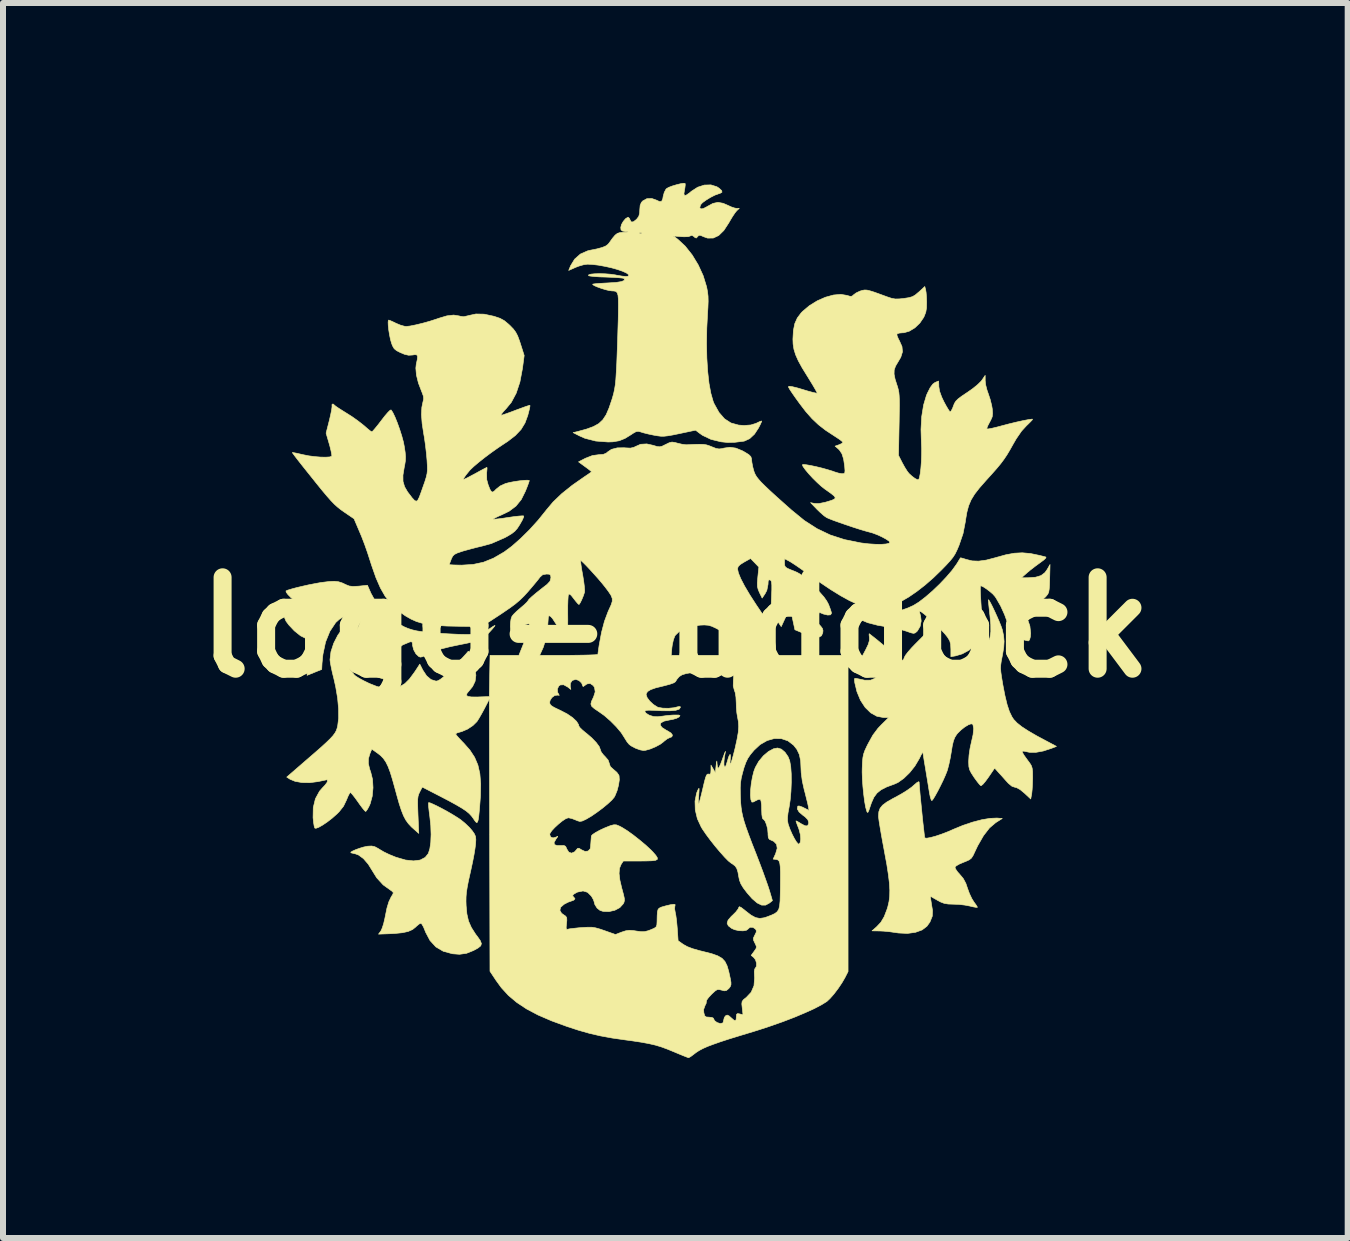
<source format=kicad_pcb>
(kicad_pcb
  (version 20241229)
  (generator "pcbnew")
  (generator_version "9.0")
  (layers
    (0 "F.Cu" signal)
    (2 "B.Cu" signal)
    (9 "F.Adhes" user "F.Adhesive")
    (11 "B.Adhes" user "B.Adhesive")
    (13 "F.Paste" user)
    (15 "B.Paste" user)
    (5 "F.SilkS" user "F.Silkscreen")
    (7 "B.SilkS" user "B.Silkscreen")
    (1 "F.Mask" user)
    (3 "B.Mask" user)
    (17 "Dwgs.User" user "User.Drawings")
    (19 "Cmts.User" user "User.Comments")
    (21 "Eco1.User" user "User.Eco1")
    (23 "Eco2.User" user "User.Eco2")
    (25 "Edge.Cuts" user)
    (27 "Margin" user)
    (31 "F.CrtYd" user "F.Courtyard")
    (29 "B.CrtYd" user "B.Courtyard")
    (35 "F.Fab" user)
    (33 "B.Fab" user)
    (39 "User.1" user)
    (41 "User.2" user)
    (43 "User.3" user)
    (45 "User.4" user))
  (footprint "logo-ruddock"
    (layer "F.Cu")
    (at 8.208 7.408)
    (property "Reference" "logo-ruddock" (at 0 0 0) (layer "F.SilkS") (effects (font (size 1.524 1.524) (thickness 0.3))))
    (attr through_hole)
    (fp_poly (pts (xy -4.091 2.925) (xy -4.039 2.947) (xy -3.966 2.982) (xy -3.881 3.026) (xy -3.79 3.076) (xy -3.703 3.127) (xy -3.626 3.175) (xy -3.577 3.208) (xy -3.503 3.269) (xy -3.432 3.337) (xy -3.385 3.392) (xy -3.349 3.444) (xy -3.331 3.487) (xy -3.326 3.538) (xy -3.33 3.613) (xy -3.331 3.619) (xy -3.34 3.689) (xy -3.356 3.788) (xy -3.379 3.907) (xy -3.406 4.033) (xy -3.42 4.096) (xy -3.45 4.23) (xy -3.47 4.335) (xy -3.483 4.419) (xy -3.489 4.493) (xy -3.49 4.568) (xy -3.488 4.636) (xy -3.475 4.778) (xy -3.448 4.896) (xy -3.401 5.003) (xy -3.329 5.116) (xy -3.301 5.152) (xy -3.252 5.222) (xy -3.233 5.271) (xy -3.244 5.309) (xy -3.29 5.346) (xy -3.365 5.387) (xy -3.482 5.434) (xy -3.598 5.45) (xy -3.716 5.441) (xy -3.868 5.4) (xy -3.992 5.327) (xy -4.09 5.22) (xy -4.164 5.08) (xy -4.171 5.061) (xy -4.198 4.995) (xy -4.225 4.948) (xy -4.243 4.932) (xy -4.272 4.946) (xy -4.315 4.981) (xy -4.326 4.993) (xy -4.381 5.037) (xy -4.453 5.069) (xy -4.549 5.09) (xy -4.676 5.103) (xy -4.755 5.107) (xy -4.948 5.114) (xy -4.908 5.06) (xy -4.887 5.014) (xy -4.863 4.94) (xy -4.842 4.85) (xy -4.836 4.819) (xy -4.808 4.681) (xy -4.776 4.575) (xy -4.736 4.491) (xy -4.715 4.459) (xy -4.7 4.425) (xy -4.72 4.401) (xy -4.728 4.395) (xy -4.87 4.293) (xy -4.978 4.175) (xy -5.044 4.069) (xy -5.119 3.948) (xy -5.199 3.855) (xy -5.281 3.795) (xy -5.329 3.777) (xy -5.379 3.765) (xy -5.408 3.758) (xy -5.409 3.747) (xy -5.378 3.728) (xy -5.326 3.705) (xy -5.262 3.682) (xy -5.196 3.662) (xy -5.137 3.65) (xy -5.128 3.648) (xy -5.062 3.645) (xy -5.011 3.656) (xy -4.953 3.687) (xy -4.928 3.703) (xy -4.86 3.743) (xy -4.769 3.787) (xy -4.673 3.826) (xy -4.658 3.832) (xy -4.501 3.878) (xy -4.365 3.893) (xy -4.254 3.879) (xy -4.17 3.835) (xy -4.118 3.77) (xy -4.093 3.692) (xy -4.077 3.583) (xy -4.072 3.451) (xy -4.077 3.305) (xy -4.093 3.155) (xy -4.093 3.154) (xy -4.105 3.062) (xy -4.113 2.987) (xy -4.116 2.937) (xy -4.114 2.922) (xy -4.091 2.925)) (stroke (width 0.01) (type solid)) (fill yes) (layer "F.SilkS"))
    (fp_poly (pts (xy 4.064 2.581) (xy 4.066 2.62) (xy 4.072 2.691) (xy 4.08 2.786) (xy 4.091 2.897) (xy 4.103 3.017) (xy 4.115 3.138) (xy 4.127 3.254) (xy 4.139 3.357) (xy 4.148 3.438) (xy 4.155 3.492) (xy 4.159 3.51) (xy 4.19 3.515) (xy 4.252 3.504) (xy 4.338 3.481) (xy 4.439 3.447) (xy 4.548 3.405) (xy 4.644 3.363) (xy 4.797 3.3) (xy 4.955 3.247) (xy 5.108 3.207) (xy 5.245 3.184) (xy 5.356 3.179) (xy 5.363 3.179) (xy 5.45 3.186) (xy 5.341 3.255) (xy 5.237 3.343) (xy 5.137 3.472) (xy 5.041 3.639) (xy 4.999 3.727) (xy 4.965 3.8) (xy 4.936 3.846) (xy 4.9 3.875) (xy 4.845 3.9) (xy 4.805 3.916) (xy 4.736 3.945) (xy 4.685 3.974) (xy 4.662 3.995) (xy 4.67 4.026) (xy 4.704 4.076) (xy 4.739 4.115) (xy 4.8 4.188) (xy 4.843 4.269) (xy 4.871 4.352) (xy 4.903 4.439) (xy 4.943 4.523) (xy 4.978 4.579) (xy 5.013 4.627) (xy 5.033 4.66) (xy 5.034 4.668) (xy 5.01 4.667) (xy 4.959 4.658) (xy 4.91 4.646) (xy 4.827 4.63) (xy 4.725 4.618) (xy 4.638 4.615) (xy 4.548 4.612) (xy 4.482 4.601) (xy 4.422 4.578) (xy 4.366 4.548) (xy 4.249 4.481) (xy 4.262 4.564) (xy 4.274 4.642) (xy 4.287 4.719) (xy 4.287 4.723) (xy 4.283 4.815) (xy 4.244 4.912) (xy 4.194 4.982) (xy 4.113 5.044) (xy 4.002 5.084) (xy 3.869 5.102) (xy 3.72 5.095) (xy 3.672 5.088) (xy 3.574 5.074) (xy 3.471 5.064) (xy 3.402 5.061) (xy 3.279 5.059) (xy 3.355 4.992) (xy 3.426 4.917) (xy 3.482 4.822) (xy 3.529 4.699) (xy 3.543 4.653) (xy 3.562 4.57) (xy 3.573 4.481) (xy 3.575 4.38) (xy 3.568 4.262) (xy 3.551 4.121) (xy 3.525 3.951) (xy 3.487 3.747) (xy 3.482 3.718) (xy 3.455 3.574) (xy 3.431 3.44) (xy 3.411 3.322) (xy 3.396 3.228) (xy 3.388 3.165) (xy 3.387 3.145) (xy 3.392 3.074) (xy 3.413 3.016) (xy 3.455 2.964) (xy 3.523 2.913) (xy 3.624 2.855) (xy 3.666 2.833) (xy 3.764 2.779) (xy 3.858 2.721) (xy 3.935 2.667) (xy 3.972 2.635) (xy 4.028 2.587) (xy 4.058 2.572) (xy 4.064 2.581)) (stroke (width 0.01) (type solid)) (fill yes) (layer "F.SilkS"))
    (fp_poly (pts (xy -5.618 -0.761) (xy -5.554 -0.741) (xy -5.486 -0.709) (xy -5.435 -0.689) (xy -5.375 -0.682) (xy -5.291 -0.686) (xy -5.275 -0.687) (xy -5.133 -0.702) (xy -5.074 -0.568) (xy -4.97 -0.379) (xy -4.838 -0.221) (xy -4.674 -0.092) (xy -4.521 -0.009) (xy -4.455 0.019) (xy -4.387 0.041) (xy -4.31 0.059) (xy -4.217 0.073) (xy -4.101 0.086) (xy -3.956 0.097) (xy -3.786 0.108) (xy -3.614 0.116) (xy -3.478 0.119) (xy -3.37 0.116) (xy -3.285 0.106) (xy -3.215 0.087) (xy -3.155 0.06) (xy -3.096 0.023) (xy -3.091 0.019) (xy -3.042 -0.014) (xy -3.012 -0.031) (xy -3.006 -0.031) (xy -3.019 -0.011) (xy -3.054 0.031) (xy -3.103 0.085) (xy -3.159 0.139) (xy -3.218 0.181) (xy -3.288 0.215) (xy -3.377 0.243) (xy -3.495 0.269) (xy -3.577 0.285) (xy -3.759 0.323) (xy -3.917 0.363) (xy -4.045 0.405) (xy -4.137 0.447) (xy -4.154 0.457) (xy -4.211 0.489) (xy -4.251 0.496) (xy -4.276 0.487) (xy -4.324 0.442) (xy -4.362 0.374) (xy -4.381 0.3) (xy -4.381 0.285) (xy -4.387 0.246) (xy -4.41 0.24) (xy -4.429 0.244) (xy -4.546 0.293) (xy -4.636 0.362) (xy -4.685 0.42) (xy -4.738 0.498) (xy -4.77 0.559) (xy -4.789 0.623) (xy -4.801 0.706) (xy -4.803 0.73) (xy -4.815 0.81) (xy -4.832 0.852) (xy -4.847 0.862) (xy -4.881 0.856) (xy -4.941 0.837) (xy -5.016 0.809) (xy -5.032 0.802) (xy -5.131 0.753) (xy -5.211 0.699) (xy -5.247 0.667) (xy -5.293 0.6) (xy -5.337 0.513) (xy -5.373 0.42) (xy -5.394 0.338) (xy -5.397 0.306) (xy -5.389 0.265) (xy -5.368 0.196) (xy -5.336 0.111) (xy -5.313 0.056) (xy -5.275 -0.037) (xy -5.243 -0.121) (xy -5.221 -0.187) (xy -5.214 -0.211) (xy -5.201 -0.28) (xy -5.294 -0.265) (xy -5.399 -0.238) (xy -5.507 -0.192) (xy -5.601 -0.135) (xy -5.662 -0.08) (xy -5.759 0.066) (xy -5.831 0.244) (xy -5.875 0.45) (xy -5.89 0.599) (xy -5.895 0.701) (xy -6.139 0.8) (xy -6.127 0.627) (xy -6.118 0.53) (xy -6.107 0.434) (xy -6.096 0.359) (xy -6.095 0.353) (xy -6.081 0.28) (xy -6.079 0.238) (xy -6.091 0.215) (xy -6.122 0.2) (xy -6.147 0.191) (xy -6.247 0.141) (xy -6.352 0.057) (xy -6.444 -0.041) (xy -6.49 -0.103) (xy -6.513 -0.157) (xy -6.519 -0.223) (xy -6.519 -0.237) (xy -6.519 -0.342) (xy -6.454 -0.288) (xy -6.371 -0.243) (xy -6.273 -0.236) (xy -6.16 -0.268) (xy -6.138 -0.278) (xy -6.043 -0.322) (xy -6.15 -0.359) (xy -6.226 -0.388) (xy -6.297 -0.418) (xy -6.322 -0.43) (xy -6.366 -0.46) (xy -6.414 -0.502) (xy -6.458 -0.547) (xy -6.486 -0.585) (xy -6.491 -0.607) (xy -6.462 -0.62) (xy -6.4 -0.639) (xy -6.315 -0.662) (xy -6.214 -0.686) (xy -6.107 -0.71) (xy -6.003 -0.73) (xy -5.91 -0.747) (xy -5.886 -0.75) (xy -5.772 -0.764) (xy -5.686 -0.768) (xy -5.618 -0.761)) (stroke (width 0.01) (type solid)) (fill yes) (layer "F.SilkS"))
    (fp_poly (pts (xy 5.919 -1.231) (xy 6.073 -1.199) (xy 6.178 -1.172) (xy 6.176 -1.157) (xy 6.145 -1.126) (xy 6.09 -1.085) (xy 6.082 -1.079) (xy 6.001 -1.02) (xy 5.917 -0.955) (xy 5.863 -0.91) (xy 5.768 -0.826) (xy 5.884 -0.827) (xy 6.005 -0.836) (xy 6.095 -0.863) (xy 6.16 -0.912) (xy 6.197 -0.963) (xy 6.246 -1.048) (xy 6.24 -0.811) (xy 6.237 -0.707) (xy 6.232 -0.637) (xy 6.224 -0.589) (xy 6.21 -0.556) (xy 6.188 -0.527) (xy 6.17 -0.507) (xy 6.106 -0.449) (xy 6.039 -0.408) (xy 5.953 -0.378) (xy 5.868 -0.359) (xy 5.8 -0.344) (xy 5.753 -0.331) (xy 5.736 -0.323) (xy 5.749 -0.302) (xy 5.782 -0.262) (xy 5.808 -0.232) (xy 5.87 -0.138) (xy 5.91 -0.022) (xy 5.923 0.097) (xy 5.918 0.158) (xy 5.904 0.209) (xy 5.885 0.226) (xy 5.867 0.223) (xy 5.755 0.196) (xy 5.656 0.207) (xy 5.653 0.208) (xy 5.608 0.221) (xy 5.591 0.212) (xy 5.588 0.184) (xy 5.575 0.069) (xy 5.54 -0.068) (xy 5.488 -0.213) (xy 5.423 -0.356) (xy 5.35 -0.483) (xy 5.33 -0.513) (xy 5.294 -0.554) (xy 5.242 -0.599) (xy 5.185 -0.642) (xy 5.133 -0.676) (xy 5.096 -0.692) (xy 5.086 -0.69) (xy 5.084 -0.666) (xy 5.084 -0.607) (xy 5.088 -0.52) (xy 5.094 -0.413) (xy 5.1 -0.32) (xy 5.108 -0.197) (xy 5.114 -0.083) (xy 5.116 0.011) (xy 5.115 0.078) (xy 5.112 0.104) (xy 5.071 0.203) (xy 4.996 0.298) (xy 4.897 0.38) (xy 4.783 0.442) (xy 4.673 0.475) (xy 4.593 0.489) (xy 4.593 0.364) (xy 4.589 0.283) (xy 4.574 0.224) (xy 4.54 0.168) (xy 4.532 0.157) (xy 4.489 0.104) (xy 4.429 0.04) (xy 4.358 -0.031) (xy 4.284 -0.102) (xy 4.212 -0.167) (xy 4.149 -0.221) (xy 4.101 -0.257) (xy 4.075 -0.27) (xy 4.072 -0.269) (xy 4.073 -0.246) (xy 4.085 -0.199) (xy 4.088 -0.192) (xy 4.098 -0.106) (xy 4.08 -0.016) (xy 4.036 0.059) (xy 4.022 0.073) (xy 3.997 0.093) (xy 3.971 0.1) (xy 3.932 0.092) (xy 3.868 0.07) (xy 3.858 0.066) (xy 3.772 0.04) (xy 3.667 0.016) (xy 3.577 0.000141) (xy 3.371 -0.035) (xy 3.206 -0.078) (xy 3.079 -0.132) (xy 2.989 -0.196) (xy 2.976 -0.209) (xy 2.953 -0.237) (xy 2.951 -0.25) (xy 2.975 -0.249) (xy 3.031 -0.235) (xy 3.086 -0.22) (xy 3.214 -0.199) (xy 3.367 -0.2) (xy 3.535 -0.222) (xy 3.708 -0.264) (xy 3.876 -0.323) (xy 3.969 -0.365) (xy 4.061 -0.422) (xy 4.169 -0.505) (xy 4.287 -0.607) (xy 4.406 -0.721) (xy 4.517 -0.838) (xy 4.614 -0.951) (xy 4.687 -1.052) (xy 4.698 -1.069) (xy 4.729 -1.12) (xy 4.749 -1.153) (xy 4.752 -1.159) (xy 4.772 -1.156) (xy 4.819 -1.142) (xy 4.847 -1.133) (xy 4.947 -1.108) (xy 5.056 -1.104) (xy 5.182 -1.121) (xy 5.334 -1.161) (xy 5.347 -1.165) (xy 5.51 -1.21) (xy 5.651 -1.236) (xy 5.783 -1.243) (xy 5.919 -1.231)) (stroke (width 0.01) (type solid)) (fill yes) (layer "F.SilkS"))
    (fp_poly (pts (xy 5.23 -0.449) (xy 5.255 -0.406) (xy 5.288 -0.341) (xy 5.326 -0.261) (xy 5.365 -0.175) (xy 5.401 -0.092) (xy 5.43 -0.019) (xy 5.449 0.035) (xy 5.451 0.042) (xy 5.472 0.141) (xy 5.48 0.234) (xy 5.474 0.335) (xy 5.454 0.457) (xy 5.446 0.497) (xy 5.432 0.57) (xy 5.424 0.628) (xy 5.421 0.682) (xy 5.426 0.744) (xy 5.437 0.823) (xy 5.455 0.932) (xy 5.458 0.951) (xy 5.494 1.137) (xy 5.53 1.286) (xy 5.568 1.402) (xy 5.611 1.491) (xy 5.64 1.535) (xy 5.694 1.592) (xy 5.774 1.656) (xy 5.885 1.728) (xy 6.03 1.812) (xy 6.135 1.868) (xy 6.353 1.984) (xy 6.272 2.016) (xy 6.134 2.061) (xy 6.008 2.084) (xy 5.903 2.083) (xy 5.874 2.077) (xy 5.82 2.065) (xy 5.786 2.063) (xy 5.781 2.065) (xy 5.786 2.086) (xy 5.81 2.127) (xy 5.817 2.138) (xy 5.863 2.202) (xy 5.91 2.266) (xy 5.911 2.267) (xy 5.934 2.305) (xy 5.948 2.347) (xy 5.955 2.404) (xy 5.956 2.489) (xy 5.956 2.518) (xy 5.953 2.613) (xy 5.948 2.702) (xy 5.941 2.77) (xy 5.939 2.782) (xy 5.924 2.861) (xy 5.82 2.764) (xy 5.747 2.704) (xy 5.687 2.671) (xy 5.665 2.667) (xy 5.611 2.649) (xy 5.553 2.601) (xy 5.55 2.598) (xy 5.499 2.542) (xy 5.438 2.473) (xy 5.405 2.438) (xy 5.323 2.346) (xy 5.22 2.497) (xy 5.171 2.564) (xy 5.129 2.614) (xy 5.1 2.638) (xy 5.093 2.64) (xy 5.071 2.62) (xy 5.033 2.573) (xy 4.987 2.51) (xy 4.98 2.5) (xy 4.933 2.428) (xy 4.906 2.375) (xy 4.893 2.322) (xy 4.89 2.254) (xy 4.89 2.226) (xy 4.896 2.13) (xy 4.912 2.02) (xy 4.932 1.928) (xy 4.963 1.79) (xy 4.973 1.688) (xy 4.961 1.622) (xy 4.957 1.614) (xy 4.93 1.608) (xy 4.883 1.625) (xy 4.824 1.661) (xy 4.762 1.71) (xy 4.707 1.764) (xy 4.689 1.786) (xy 4.659 1.834) (xy 4.636 1.892) (xy 4.617 1.971) (xy 4.601 2.069) (xy 4.583 2.176) (xy 4.56 2.284) (xy 4.536 2.376) (xy 4.527 2.402) (xy 4.5 2.469) (xy 4.463 2.552) (xy 4.419 2.642) (xy 4.374 2.73) (xy 4.332 2.806) (xy 4.298 2.862) (xy 4.276 2.889) (xy 4.276 2.889) (xy 4.265 2.875) (xy 4.25 2.829) (xy 4.236 2.76) (xy 4.234 2.746) (xy 4.22 2.66) (xy 4.202 2.548) (xy 4.182 2.428) (xy 4.169 2.346) (xy 4.152 2.248) (xy 4.139 2.165) (xy 4.13 2.107) (xy 4.127 2.082) (xy 4.118 2.09) (xy 4.096 2.128) (xy 4.066 2.189) (xy 4.062 2.196) (xy 3.993 2.312) (xy 3.906 2.422) (xy 3.808 2.517) (xy 3.711 2.586) (xy 3.651 2.613) (xy 3.523 2.66) (xy 3.429 2.708) (xy 3.361 2.763) (xy 3.31 2.832) (xy 3.269 2.924) (xy 3.25 2.979) (xy 3.227 3.048) (xy 3.212 3.081) (xy 3.201 3.085) (xy 3.191 3.065) (xy 3.19 3.061) (xy 3.172 2.997) (xy 3.155 2.901) (xy 3.14 2.784) (xy 3.127 2.657) (xy 3.118 2.53) (xy 3.114 2.414) (xy 3.115 2.353) (xy 3.119 2.249) (xy 3.126 2.174) (xy 3.138 2.113) (xy 3.16 2.051) (xy 3.195 1.976) (xy 3.216 1.935) (xy 3.293 1.796) (xy 3.377 1.684) (xy 3.433 1.625) (xy 3.557 1.503) (xy 3.469 1.503) (xy 3.359 1.482) (xy 3.257 1.425) (xy 3.164 1.334) (xy 3.086 1.215) (xy 3.027 1.072) (xy 2.991 0.923) (xy 2.985 0.87) (xy 2.991 0.85) (xy 3.016 0.851) (xy 3.029 0.854) (xy 3.158 0.881) (xy 3.257 0.88) (xy 3.323 0.851) (xy 3.375 0.809) (xy 3.299 0.777) (xy 3.247 0.747) (xy 3.205 0.7) (xy 3.163 0.624) (xy 3.104 0.502) (xy 3.174 0.372) (xy 3.216 0.284) (xy 3.235 0.218) (xy 3.235 0.174) (xy 3.23 0.127) (xy 3.231 0.106) (xy 3.232 0.106) (xy 3.249 0.119) (xy 3.294 0.154) (xy 3.361 0.207) (xy 3.443 0.275) (xy 3.508 0.328) (xy 3.598 0.402) (xy 3.678 0.466) (xy 3.74 0.515) (xy 3.78 0.544) (xy 3.791 0.55) (xy 3.806 0.532) (xy 3.818 0.499) (xy 3.838 0.463) (xy 3.881 0.407) (xy 3.941 0.339) (xy 3.99 0.288) (xy 4.149 0.128) (xy 4.149 0.267) (xy 4.15 0.345) (xy 4.159 0.394) (xy 4.178 0.43) (xy 4.214 0.467) (xy 4.214 0.467) (xy 4.283 0.518) (xy 4.369 0.55) (xy 4.478 0.566) (xy 4.618 0.569) (xy 4.657 0.567) (xy 4.782 0.558) (xy 4.879 0.539) (xy 4.958 0.505) (xy 5.035 0.451) (xy 5.098 0.395) (xy 5.167 0.321) (xy 5.215 0.249) (xy 5.245 0.168) (xy 5.259 0.073) (xy 5.258 -0.047) (xy 5.244 -0.198) (xy 5.241 -0.222) (xy 5.231 -0.316) (xy 5.223 -0.393) (xy 5.218 -0.444) (xy 5.218 -0.461) (xy 5.23 -0.449)) (stroke (width 0.01) (type solid)) (fill yes) (layer "F.SilkS"))
    (fp_poly (pts (xy 0.163 -7.4) (xy 0.165 -7.375) (xy 0.159 -7.324) (xy 0.153 -7.293) (xy 0.143 -7.23) (xy 0.151 -7.201) (xy 0.18 -7.204) (xy 0.233 -7.24) (xy 0.267 -7.269) (xy 0.372 -7.337) (xy 0.483 -7.373) (xy 0.593 -7.376) (xy 0.692 -7.345) (xy 0.73 -7.32) (xy 0.773 -7.28) (xy 0.777 -7.253) (xy 0.743 -7.234) (xy 0.725 -7.229) (xy 0.661 -7.206) (xy 0.586 -7.168) (xy 0.513 -7.123) (xy 0.453 -7.08) (xy 0.421 -7.045) (xy 0.407 -6.998) (xy 0.422 -6.976) (xy 0.464 -6.98) (xy 0.526 -7.012) (xy 0.53 -7.015) (xy 0.626 -7.067) (xy 0.71 -7.085) (xy 0.797 -7.069) (xy 0.864 -7.04) (xy 0.932 -7.009) (xy 0.992 -6.989) (xy 1.019 -6.985) (xy 1.066 -6.985) (xy 1.023 -6.945) (xy 0.993 -6.908) (xy 0.951 -6.845) (xy 0.905 -6.768) (xy 0.891 -6.743) (xy 0.808 -6.616) (xy 0.722 -6.532) (xy 0.632 -6.49) (xy 0.537 -6.489) (xy 0.474 -6.511) (xy 0.423 -6.533) (xy 0.395 -6.536) (xy 0.375 -6.519) (xy 0.371 -6.513) (xy 0.349 -6.49) (xy 0.326 -6.499) (xy 0.311 -6.514) (xy 0.276 -6.536) (xy 0.252 -6.526) (xy 0.215 -6.513) (xy 0.145 -6.511) (xy 0.099 -6.513) (xy -0.032 -6.524) (xy 0.04 -6.47) (xy 0.164 -6.355) (xy 0.28 -6.209) (xy 0.382 -6.041) (xy 0.464 -5.862) (xy 0.519 -5.683) (xy 0.521 -5.677) (xy 0.536 -5.597) (xy 0.545 -5.521) (xy 0.547 -5.436) (xy 0.543 -5.33) (xy 0.538 -5.251) (xy 0.524 -4.985) (xy 0.52 -4.729) (xy 0.525 -4.488) (xy 0.539 -4.266) (xy 0.561 -4.068) (xy 0.592 -3.901) (xy 0.63 -3.768) (xy 0.646 -3.729) (xy 0.727 -3.583) (xy 0.819 -3.477) (xy 0.927 -3.407) (xy 1.054 -3.372) (xy 1.146 -3.365) (xy 1.259 -3.374) (xy 1.346 -3.401) (xy 1.36 -3.408) (xy 1.408 -3.431) (xy 1.436 -3.44) (xy 1.439 -3.439) (xy 1.431 -3.415) (xy 1.408 -3.366) (xy 1.387 -3.325) (xy 1.319 -3.221) (xy 1.239 -3.146) (xy 1.152 -3.106) (xy 1.137 -3.103) (xy 0.992 -3.085) (xy 0.871 -3.082) (xy 0.762 -3.093) (xy 0.762 -3.093) (xy 0.594 -3.134) (xy 0.455 -3.2) (xy 0.409 -3.232) (xy 0.337 -3.287) (xy 0.068 -3.23) (xy -0.044 -3.207) (xy -0.126 -3.193) (xy -0.188 -3.186) (xy -0.241 -3.186) (xy -0.297 -3.193) (xy -0.36 -3.204) (xy -0.446 -3.222) (xy -0.523 -3.241) (xy -0.576 -3.257) (xy -0.578 -3.258) (xy -0.618 -3.268) (xy -0.656 -3.262) (xy -0.706 -3.234) (xy -0.732 -3.216) (xy -0.839 -3.15) (xy -0.936 -3.111) (xy -1.041 -3.093) (xy -1.12 -3.09) (xy -1.327 -3.106) (xy -1.508 -3.152) (xy -1.598 -3.192) (xy -1.704 -3.246) (xy -1.63 -3.264) (xy -1.481 -3.305) (xy -1.366 -3.347) (xy -1.277 -3.396) (xy -1.209 -3.46) (xy -1.153 -3.545) (xy -1.105 -3.657) (xy -1.056 -3.802) (xy -1.045 -3.838) (xy -1.027 -3.904) (xy -1.013 -3.97) (xy -1.001 -4.044) (xy -0.992 -4.133) (xy -0.985 -4.246) (xy -0.977 -4.39) (xy -0.974 -4.466) (xy -0.968 -4.628) (xy -0.962 -4.801) (xy -0.957 -4.972) (xy -0.952 -5.126) (xy -0.95 -5.246) (xy -0.949 -5.377) (xy -0.95 -5.473) (xy -0.956 -5.537) (xy -0.969 -5.577) (xy -0.989 -5.599) (xy -1.02 -5.607) (xy -1.06 -5.609) (xy -1.105 -5.615) (xy -1.167 -5.63) (xy -1.235 -5.651) (xy -1.299 -5.674) (xy -1.35 -5.696) (xy -1.377 -5.714) (xy -1.376 -5.722) (xy -1.342 -5.727) (xy -1.277 -5.733) (xy -1.19 -5.738) (xy -1.116 -5.742) (xy -0.987 -5.75) (xy -0.899 -5.764) (xy -0.853 -5.783) (xy -0.849 -5.807) (xy -0.855 -5.815) (xy -0.881 -5.822) (xy -0.941 -5.828) (xy -1.027 -5.834) (xy -1.129 -5.838) (xy -1.15 -5.839) (xy -1.255 -5.842) (xy -1.345 -5.848) (xy -1.411 -5.855) (xy -1.444 -5.861) (xy -1.447 -5.863) (xy -1.444 -5.877) (xy -1.408 -5.888) (xy -1.345 -5.894) (xy -1.265 -5.896) (xy -1.175 -5.894) (xy -1.083 -5.887) (xy -0.998 -5.875) (xy -0.987 -5.872) (xy -0.887 -5.855) (xy -0.822 -5.849) (xy -0.786 -5.854) (xy -0.779 -5.859) (xy -0.78 -5.881) (xy -0.815 -5.907) (xy -0.879 -5.936) (xy -0.965 -5.966) (xy -1.065 -5.994) (xy -1.174 -6.018) (xy -1.284 -6.038) (xy -1.388 -6.05) (xy -1.465 -6.054) (xy -1.529 -6.045) (xy -1.609 -6.022) (xy -1.661 -6.002) (xy -1.778 -5.95) (xy -1.746 -6.028) (xy -1.679 -6.138) (xy -1.583 -6.223) (xy -1.463 -6.276) (xy -1.427 -6.285) (xy -1.307 -6.309) (xy -1.222 -6.332) (xy -1.164 -6.355) (xy -1.126 -6.382) (xy -1.106 -6.405) (xy -1.048 -6.486) (xy -1.004 -6.538) (xy -0.967 -6.567) (xy -0.605 -6.567) (xy -0.584 -6.563) (xy -0.556 -6.567) (xy -0.556 -6.574) (xy -0.584 -6.58) (xy -0.597 -6.576) (xy -0.605 -6.567) (xy -0.967 -6.567) (xy -0.966 -6.567) (xy -0.924 -6.581) (xy -0.87 -6.586) (xy -0.861 -6.586) (xy -0.803 -6.589) (xy -0.786 -6.592) (xy -0.806 -6.596) (xy -0.831 -6.598) (xy -0.883 -6.607) (xy -0.906 -6.627) (xy -0.91 -6.666) (xy -0.898 -6.715) (xy -0.867 -6.769) (xy -0.828 -6.814) (xy -0.791 -6.836) (xy -0.787 -6.837) (xy -0.766 -6.819) (xy -0.756 -6.795) (xy -0.735 -6.758) (xy -0.701 -6.76) (xy -0.65 -6.799) (xy -0.645 -6.804) (xy -0.61 -6.85) (xy -0.595 -6.907) (xy -0.593 -6.959) (xy -0.587 -7.033) (xy -0.567 -7.082) (xy -0.544 -7.108) (xy -0.475 -7.146) (xy -0.392 -7.149) (xy -0.318 -7.123) (xy -0.262 -7.097) (xy -0.229 -7.102) (xy -0.21 -7.142) (xy -0.203 -7.184) (xy -0.185 -7.25) (xy -0.157 -7.303) (xy -0.148 -7.313) (xy -0.112 -7.334) (xy -0.052 -7.357) (xy 0.018 -7.378) (xy 0.086 -7.395) (xy 0.138 -7.403) (xy 0.163 -7.4)) (stroke (width 0.01) (type solid)) (fill yes) (layer "F.SilkS"))
    (fp_poly (pts (xy 4.172 -5.63) (xy 4.18 -5.583) (xy 4.186 -5.509) (xy 4.189 -5.425) (xy 4.189 -5.423) (xy 4.187 -5.327) (xy 4.175 -5.255) (xy 4.149 -5.187) (xy 4.139 -5.166) (xy 4.075 -5.072) (xy 3.992 -4.993) (xy 3.899 -4.937) (xy 3.808 -4.911) (xy 3.793 -4.911) (xy 3.735 -4.906) (xy 3.698 -4.894) (xy 3.694 -4.89) (xy 3.696 -4.861) (xy 3.717 -4.811) (xy 3.735 -4.777) (xy 3.778 -4.681) (xy 3.786 -4.593) (xy 3.758 -4.503) (xy 3.715 -4.43) (xy 3.671 -4.356) (xy 3.648 -4.291) (xy 3.646 -4.222) (xy 3.663 -4.137) (xy 3.69 -4.052) (xy 3.706 -4.004) (xy 3.717 -3.961) (xy 3.726 -3.916) (xy 3.731 -3.862) (xy 3.734 -3.793) (xy 3.735 -3.702) (xy 3.733 -3.583) (xy 3.731 -3.43) (xy 3.73 -3.386) (xy 3.72 -2.867) (xy 3.784 -2.741) (xy 3.825 -2.667) (xy 3.866 -2.602) (xy 3.894 -2.566) (xy 3.944 -2.52) (xy 3.995 -2.482) (xy 4.037 -2.461) (xy 4.056 -2.461) (xy 4.069 -2.495) (xy 4.082 -2.562) (xy 4.093 -2.653) (xy 4.101 -2.759) (xy 4.105 -2.871) (xy 4.106 -2.98) (xy 4.102 -3.07) (xy 4.095 -3.3) (xy 4.107 -3.515) (xy 4.138 -3.706) (xy 4.186 -3.868) (xy 4.201 -3.902) (xy 4.249 -3.997) (xy 4.292 -4.055) (xy 4.327 -4.081) (xy 4.369 -4.099) (xy 4.388 -4.106) (xy 4.39 -4.087) (xy 4.392 -4.04) (xy 4.392 -4.016) (xy 4.404 -3.938) (xy 4.44 -3.839) (xy 4.477 -3.761) (xy 4.517 -3.687) (xy 4.552 -3.629) (xy 4.575 -3.596) (xy 4.581 -3.592) (xy 4.598 -3.608) (xy 4.621 -3.652) (xy 4.634 -3.687) (xy 4.652 -3.733) (xy 4.676 -3.771) (xy 4.713 -3.808) (xy 4.771 -3.852) (xy 4.857 -3.91) (xy 4.861 -3.912) (xy 4.959 -3.981) (xy 5.041 -4.048) (xy 5.098 -4.104) (xy 5.11 -4.12) (xy 5.165 -4.201) (xy 5.165 -4.111) (xy 5.173 -4.042) (xy 5.195 -3.956) (xy 5.217 -3.893) (xy 5.248 -3.8) (xy 5.273 -3.7) (xy 5.283 -3.642) (xy 5.288 -3.566) (xy 5.282 -3.51) (xy 5.258 -3.455) (xy 5.239 -3.42) (xy 5.209 -3.363) (xy 5.193 -3.321) (xy 5.194 -3.308) (xy 5.218 -3.308) (xy 5.275 -3.318) (xy 5.355 -3.337) (xy 5.445 -3.361) (xy 5.567 -3.393) (xy 5.687 -3.422) (xy 5.796 -3.446) (xy 5.885 -3.463) (xy 5.944 -3.471) (xy 5.953 -3.471) (xy 5.949 -3.458) (xy 5.918 -3.425) (xy 5.869 -3.376) (xy 5.859 -3.368) (xy 5.771 -3.272) (xy 5.683 -3.144) (xy 5.632 -3.056) (xy 5.577 -2.958) (xy 5.528 -2.876) (xy 5.479 -2.803) (xy 5.424 -2.729) (xy 5.357 -2.648) (xy 5.272 -2.552) (xy 5.175 -2.445) (xy 5.068 -2.323) (xy 4.988 -2.22) (xy 4.93 -2.125) (xy 4.889 -2.028) (xy 4.86 -1.92) (xy 4.838 -1.791) (xy 4.836 -1.77) (xy 4.796 -1.564) (xy 4.729 -1.368) (xy 4.695 -1.288) (xy 4.663 -1.223) (xy 4.626 -1.166) (xy 4.577 -1.106) (xy 4.51 -1.033) (xy 4.436 -0.957) (xy 4.302 -0.827) (xy 4.162 -0.705) (xy 4.023 -0.597) (xy 3.892 -0.507) (xy 3.775 -0.439) (xy 3.685 -0.402) (xy 3.604 -0.381) (xy 3.502 -0.358) (xy 3.4 -0.34) (xy 3.393 -0.339) (xy 3.219 -0.313) (xy 3.028 -0.389) (xy 2.903 -0.446) (xy 2.756 -0.527) (xy 2.586 -0.632) (xy 2.39 -0.764) (xy 2.17 -0.921) (xy 2.081 -0.984) (xy 1.998 -1.041) (xy 1.93 -1.085) (xy 1.889 -1.109) (xy 1.82 -1.144) (xy 1.82 -1.071) (xy 1.822 -1.033) (xy 1.835 -1.007) (xy 1.865 -0.985) (xy 1.923 -0.96) (xy 1.964 -0.944) (xy 2.028 -0.917) (xy 2.083 -0.886) (xy 2.14 -0.845) (xy 2.206 -0.787) (xy 2.289 -0.706) (xy 2.313 -0.682) (xy 2.408 -0.584) (xy 2.476 -0.507) (xy 2.522 -0.442) (xy 2.554 -0.383) (xy 2.561 -0.364) (xy 2.585 -0.3) (xy 2.6 -0.252) (xy 2.603 -0.235) (xy 2.587 -0.209) (xy 2.54 -0.205) (xy 2.469 -0.222) (xy 2.418 -0.243) (xy 2.342 -0.277) (xy 2.297 -0.292) (xy 2.274 -0.287) (xy 2.266 -0.264) (xy 2.265 -0.237) (xy 2.277 -0.189) (xy 2.316 -0.131) (xy 2.368 -0.077) (xy 2.423 -0.02) (xy 2.452 0.019) (xy 2.461 0.054) (xy 2.457 0.092) (xy 2.435 0.141) (xy 2.391 0.164) (xy 2.322 0.162) (xy 2.224 0.134) (xy 2.152 0.106) (xy 1.993 0.04) (xy 1.958 -0.123) (xy 1.941 -0.203) (xy 1.927 -0.267) (xy 1.918 -0.304) (xy 1.917 -0.307) (xy 1.906 -0.299) (xy 1.882 -0.26) (xy 1.851 -0.197) (xy 1.838 -0.17) (xy 1.765 -0.012) (xy 1.593 -0.265) (xy 1.604 -0.521) (xy 1.608 -0.63) (xy 1.608 -0.704) (xy 1.604 -0.751) (xy 1.596 -0.776) (xy 1.583 -0.788) (xy 1.58 -0.79) (xy 1.557 -0.791) (xy 1.547 -0.766) (xy 1.545 -0.718) (xy 1.525 -0.616) (xy 1.496 -0.561) (xy 1.447 -0.488) (xy 1.402 -0.58) (xy 1.38 -0.633) (xy 1.368 -0.682) (xy 1.367 -0.742) (xy 1.374 -0.827) (xy 1.375 -0.839) (xy 1.392 -1.005) (xy 1.323 -1.077) (xy 1.254 -1.148) (xy 1.145 -1.087) (xy 1.081 -1.047) (xy 1.047 -1.013) (xy 1.037 -0.977) (xy 1.037 -0.973) (xy 1.051 -0.907) (xy 1.09 -0.812) (xy 1.154 -0.689) (xy 1.241 -0.542) (xy 1.35 -0.373) (xy 1.392 -0.311) (xy 1.473 -0.191) (xy 1.532 -0.098) (xy 1.575 -0.025) (xy 1.604 0.037) (xy 1.625 0.094) (xy 1.639 0.149) (xy 1.656 0.237) (xy 1.668 0.323) (xy 1.672 0.38) (xy 1.672 0.466) (xy 2.879 0.466) (xy 2.879 5.738) (xy 2.828 5.838) (xy 2.777 5.926) (xy 2.713 6.021) (xy 2.644 6.112) (xy 2.577 6.188) (xy 2.525 6.237) (xy 2.436 6.292) (xy 2.312 6.357) (xy 2.159 6.426) (xy 1.983 6.5) (xy 1.79 6.574) (xy 1.585 6.646) (xy 1.375 6.715) (xy 1.291 6.741) (xy 1.076 6.806) (xy 0.897 6.861) (xy 0.75 6.909) (xy 0.631 6.951) (xy 0.535 6.987) (xy 0.459 7.021) (xy 0.397 7.054) (xy 0.346 7.087) (xy 0.302 7.121) (xy 0.256 7.155) (xy 0.224 7.173) (xy 0.219 7.174) (xy 0.194 7.165) (xy 0.138 7.143) (xy 0.06 7.111) (xy -0.021 7.077) (xy -0.133 7.031) (xy -0.234 6.994) (xy -0.333 6.964) (xy -0.441 6.939) (xy -0.566 6.916) (xy -0.717 6.893) (xy -0.829 6.878) (xy -1.053 6.846) (xy -1.249 6.81) (xy -1.431 6.768) (xy -1.614 6.716) (xy -1.802 6.655) (xy -2.064 6.559) (xy -2.289 6.462) (xy -2.48 6.361) (xy -2.643 6.253) (xy -2.782 6.136) (xy -2.901 6.006) (xy -2.987 5.888) (xy -3.09 5.733) (xy -3.101 1.255) (xy -2.095 1.255) (xy -2.089 1.281) (xy -2.067 1.306) (xy -2.02 1.335) (xy -1.943 1.372) (xy -1.915 1.385) (xy -1.805 1.442) (xy -1.714 1.504) (xy -1.648 1.566) (xy -1.613 1.622) (xy -1.609 1.644) (xy -1.593 1.669) (xy -1.551 1.71) (xy -1.493 1.759) (xy -1.485 1.764) (xy -1.393 1.843) (xy -1.319 1.92) (xy -1.269 1.988) (xy -1.249 2.041) (xy -1.249 2.045) (xy -1.234 2.081) (xy -1.197 2.128) (xy -1.175 2.15) (xy -1.121 2.212) (xy -1.101 2.268) (xy -1.101 2.27) (xy -1.084 2.321) (xy -1.029 2.371) (xy -1.026 2.373) (xy -0.975 2.417) (xy -0.942 2.464) (xy -0.938 2.476) (xy -0.934 2.542) (xy -0.947 2.629) (xy -0.971 2.722) (xy -1.005 2.805) (xy -1.018 2.83) (xy -1.059 2.879) (xy -1.127 2.942) (xy -1.213 3.013) (xy -1.307 3.083) (xy -1.4 3.147) (xy -1.482 3.195) (xy -1.497 3.203) (xy -1.554 3.229) (xy -1.593 3.235) (xy -1.632 3.224) (xy -1.662 3.211) (xy -1.724 3.187) (xy -1.779 3.175) (xy -1.786 3.175) (xy -1.826 3.189) (xy -1.884 3.227) (xy -1.948 3.279) (xy -2.011 3.337) (xy -2.062 3.392) (xy -2.091 3.437) (xy -2.095 3.453) (xy -2.079 3.494) (xy -2.039 3.51) (xy -1.988 3.496) (xy -1.985 3.495) (xy -1.962 3.482) (xy -1.963 3.492) (xy -1.99 3.53) (xy -1.992 3.534) (xy -2.022 3.588) (xy -2.015 3.622) (xy -1.971 3.637) (xy -1.913 3.637) (xy -1.858 3.636) (xy -1.83 3.65) (xy -1.811 3.689) (xy -1.81 3.694) (xy -1.776 3.748) (xy -1.73 3.764) (xy -1.679 3.742) (xy -1.659 3.719) (xy -1.63 3.685) (xy -1.606 3.682) (xy -1.568 3.706) (xy -1.567 3.707) (xy -1.506 3.735) (xy -1.454 3.729) (xy -1.421 3.694) (xy -1.414 3.665) (xy -1.409 3.598) (xy -1.406 3.556) (xy -1.402 3.505) (xy -1.4 3.477) (xy -1.38 3.454) (xy -1.331 3.421) (xy -1.262 3.383) (xy -1.183 3.346) (xy -1.104 3.314) (xy -1.075 3.303) (xy -1.025 3.291) (xy -0.984 3.292) (xy -0.934 3.312) (xy -0.89 3.335) (xy -0.806 3.387) (xy -0.704 3.46) (xy -0.596 3.545) (xy -0.493 3.631) (xy -0.407 3.711) (xy -0.374 3.745) (xy -0.326 3.8) (xy -0.301 3.84) (xy -0.3 3.867) (xy -0.329 3.883) (xy -0.39 3.891) (xy -0.488 3.894) (xy -0.582 3.895) (xy -0.867 3.895) (xy -0.904 3.951) (xy -0.931 4.016) (xy -0.938 4.102) (xy -0.925 4.213) (xy -0.892 4.354) (xy -0.888 4.366) (xy -0.864 4.456) (xy -0.851 4.515) (xy -0.849 4.555) (xy -0.857 4.586) (xy -0.869 4.609) (xy -0.926 4.672) (xy -1.009 4.716) (xy -1.106 4.738) (xy -1.203 4.735) (xy -1.256 4.718) (xy -1.305 4.679) (xy -1.342 4.62) (xy -1.355 4.571) (xy -1.365 4.541) (xy -1.392 4.493) (xy -1.402 4.478) (xy -1.463 4.417) (xy -1.539 4.394) (xy -1.628 4.412) (xy -1.646 4.42) (xy -1.699 4.451) (xy -1.713 4.477) (xy -1.693 4.498) (xy -1.673 4.524) (xy -1.693 4.547) (xy -1.73 4.561) (xy -1.789 4.582) (xy -1.853 4.615) (xy -1.857 4.618) (xy -1.912 4.666) (xy -1.925 4.717) (xy -1.897 4.766) (xy -1.864 4.79) (xy -1.827 4.815) (xy -1.811 4.842) (xy -1.809 4.885) (xy -1.814 4.936) (xy -1.82 4.999) (xy -1.817 5.029) (xy -1.803 5.035) (xy -1.794 5.032) (xy -1.759 5.025) (xy -1.693 5.017) (xy -1.608 5.008) (xy -1.563 5.005) (xy -1.466 4.999) (xy -1.393 4.999) (xy -1.33 5.009) (xy -1.258 5.029) (xy -1.182 5.055) (xy -0.999 5.12) (xy -0.894 5.08) (xy -0.826 5.058) (xy -0.768 5.05) (xy -0.698 5.055) (xy -0.653 5.062) (xy -0.572 5.073) (xy -0.512 5.072) (xy -0.453 5.057) (xy -0.413 5.042) (xy -0.352 5.016) (xy -0.32 4.992) (xy -0.308 4.959) (xy -0.305 4.908) (xy -0.303 4.809) (xy -0.299 4.745) (xy -0.289 4.705) (xy -0.272 4.683) (xy -0.245 4.669) (xy -0.228 4.662) (xy -0.158 4.642) (xy -0.082 4.624) (xy -0.076 4.623) (xy -0.024 4.616) (xy -0.004 4.621) (xy -0.006 4.643) (xy -0.008 4.646) (xy -0.012 4.693) (xy -0.002 4.75) (xy 0.008 4.8) (xy 0.019 4.879) (xy 0.028 4.973) (xy 0.032 5.019) (xy 0.046 5.224) (xy 0.134 5.286) (xy 0.198 5.322) (xy 0.287 5.356) (xy 0.407 5.39) (xy 0.476 5.407) (xy 0.609 5.441) (xy 0.707 5.476) (xy 0.778 5.517) (xy 0.827 5.57) (xy 0.862 5.641) (xy 0.89 5.736) (xy 0.895 5.759) (xy 0.916 5.854) (xy 0.927 5.917) (xy 0.927 5.958) (xy 0.916 5.988) (xy 0.894 6.017) (xy 0.888 6.023) (xy 0.852 6.053) (xy 0.815 6.059) (xy 0.77 6.047) (xy 0.728 6.037) (xy 0.696 6.04) (xy 0.661 6.063) (xy 0.61 6.11) (xy 0.602 6.118) (xy 0.554 6.17) (xy 0.523 6.213) (xy 0.517 6.236) (xy 0.513 6.27) (xy 0.494 6.307) (xy 0.471 6.372) (xy 0.475 6.425) (xy 0.489 6.475) (xy 0.515 6.495) (xy 0.562 6.498) (xy 0.61 6.503) (xy 0.634 6.515) (xy 0.635 6.518) (xy 0.653 6.556) (xy 0.696 6.588) (xy 0.748 6.604) (xy 0.753 6.604) (xy 0.793 6.594) (xy 0.804 6.558) (xy 0.804 6.554) (xy 0.817 6.503) (xy 0.837 6.476) (xy 0.864 6.463) (xy 0.894 6.476) (xy 0.928 6.506) (xy 0.976 6.548) (xy 1.003 6.557) (xy 1.014 6.533) (xy 1.016 6.496) (xy 1.02 6.451) (xy 1.038 6.438) (xy 1.072 6.444) (xy 1.128 6.458) (xy 1.115 6.344) (xy 1.108 6.278) (xy 1.113 6.237) (xy 1.136 6.206) (xy 1.183 6.169) (xy 1.264 6.083) (xy 1.311 5.974) (xy 1.321 5.843) (xy 1.319 5.814) (xy 1.316 5.735) (xy 1.325 5.691) (xy 1.331 5.685) (xy 1.352 5.65) (xy 1.353 5.596) (xy 1.336 5.541) (xy 1.309 5.505) (xy 1.264 5.468) (xy 1.314 5.4) (xy 1.345 5.355) (xy 1.352 5.323) (xy 1.337 5.284) (xy 1.326 5.263) (xy 1.303 5.214) (xy 1.301 5.18) (xy 1.321 5.137) (xy 1.326 5.128) (xy 1.349 5.08) (xy 1.348 5.049) (xy 1.335 5.029) (xy 1.294 5.001) (xy 1.248 4.999) (xy 1.216 5.022) (xy 1.214 5.027) (xy 1.185 5.049) (xy 1.129 5.059) (xy 1.059 5.056) (xy 0.989 5.04) (xy 0.94 5.019) (xy 0.883 4.975) (xy 0.863 4.931) (xy 0.879 4.881) (xy 0.932 4.819) (xy 0.955 4.798) (xy 1.008 4.745) (xy 1.045 4.697) (xy 1.058 4.668) (xy 1.067 4.656) (xy 1.096 4.669) (xy 1.15 4.71) (xy 1.169 4.726) (xy 1.261 4.797) (xy 1.337 4.838) (xy 1.407 4.852) (xy 1.481 4.841) (xy 1.53 4.825) (xy 1.605 4.796) (xy 1.66 4.77) (xy 1.698 4.74) (xy 1.724 4.7) (xy 1.738 4.642) (xy 1.746 4.56) (xy 1.749 4.447) (xy 1.751 4.346) (xy 1.752 4.193) (xy 1.752 4.077) (xy 1.749 3.993) (xy 1.742 3.936) (xy 1.731 3.9) (xy 1.714 3.88) (xy 1.692 3.871) (xy 1.682 3.869) (xy 1.631 3.863) (xy 1.672 3.772) (xy 1.698 3.683) (xy 1.687 3.615) (xy 1.64 3.567) (xy 1.609 3.553) (xy 1.569 3.535) (xy 1.55 3.507) (xy 1.545 3.456) (xy 1.545 3.437) (xy 1.539 3.364) (xy 1.521 3.293) (xy 1.498 3.234) (xy 1.472 3.2) (xy 1.462 3.196) (xy 1.45 3.176) (xy 1.442 3.12) (xy 1.439 3.039) (xy 1.437 2.961) (xy 1.429 2.9) (xy 1.419 2.869) (xy 1.417 2.868) (xy 1.386 2.868) (xy 1.341 2.889) (xy 1.3 2.911) (xy 1.276 2.913) (xy 1.276 2.913) (xy 1.259 2.872) (xy 1.252 2.8) (xy 1.255 2.706) (xy 1.266 2.602) (xy 1.285 2.496) (xy 1.309 2.4) (xy 1.333 2.336) (xy 1.391 2.233) (xy 1.468 2.141) (xy 1.553 2.069) (xy 1.639 2.023) (xy 1.704 2.011) (xy 1.767 2.03) (xy 1.828 2.082) (xy 1.879 2.156) (xy 1.906 2.224) (xy 1.923 2.318) (xy 1.932 2.442) (xy 1.933 2.584) (xy 1.927 2.734) (xy 1.914 2.88) (xy 1.897 2.992) (xy 1.878 3.094) (xy 1.87 3.167) (xy 1.87 3.221) (xy 1.878 3.269) (xy 1.883 3.288) (xy 1.911 3.366) (xy 1.946 3.446) (xy 1.984 3.52) (xy 2.019 3.577) (xy 2.048 3.61) (xy 2.059 3.614) (xy 2.082 3.586) (xy 2.09 3.529) (xy 2.084 3.455) (xy 2.063 3.372) (xy 2.054 3.347) (xy 2.03 3.285) (xy 2.015 3.241) (xy 2.011 3.227) (xy 2.026 3.231) (xy 2.066 3.254) (xy 2.094 3.272) (xy 2.16 3.307) (xy 2.201 3.31) (xy 2.22 3.278) (xy 2.223 3.249) (xy 2.208 3.205) (xy 2.162 3.158) (xy 2.127 3.133) (xy 2.062 3.077) (xy 2.033 3.027) (xy 2.04 2.985) (xy 2.045 2.978) (xy 2.07 2.979) (xy 2.118 2.996) (xy 2.144 3.009) (xy 2.229 3.052) (xy 2.216 2.981) (xy 2.205 2.93) (xy 2.185 2.85) (xy 2.162 2.757) (xy 2.149 2.71) (xy 2.116 2.561) (xy 2.098 2.423) (xy 2.095 2.361) (xy 2.089 2.226) (xy 2.067 2.12) (xy 2.026 2.034) (xy 1.972 1.965) (xy 1.877 1.892) (xy 1.768 1.855) (xy 1.65 1.853) (xy 1.53 1.887) (xy 1.413 1.954) (xy 1.313 2.047) (xy 1.252 2.119) (xy 1.208 2.184) (xy 1.175 2.253) (xy 1.144 2.34) (xy 1.12 2.426) (xy 1.099 2.51) (xy 1.087 2.587) (xy 1.082 2.669) (xy 1.083 2.773) (xy 1.085 2.835) (xy 1.089 2.922) (xy 1.096 2.999) (xy 1.107 3.073) (xy 1.123 3.149) (xy 1.146 3.234) (xy 1.178 3.333) (xy 1.221 3.452) (xy 1.276 3.598) (xy 1.346 3.776) (xy 1.356 3.802) (xy 1.409 3.94) (xy 1.46 4.076) (xy 1.505 4.201) (xy 1.542 4.306) (xy 1.567 4.382) (xy 1.57 4.392) (xy 1.618 4.555) (xy 1.569 4.595) (xy 1.505 4.63) (xy 1.438 4.63) (xy 1.364 4.594) (xy 1.28 4.522) (xy 1.196 4.426) (xy 1.133 4.343) (xy 1.093 4.277) (xy 1.069 4.215) (xy 1.059 4.167) (xy 1.043 4.078) (xy 1.024 4.019) (xy 0.997 3.979) (xy 0.955 3.946) (xy 0.928 3.929) (xy 0.883 3.893) (xy 0.821 3.83) (xy 0.747 3.747) (xy 0.666 3.651) (xy 0.586 3.55) (xy 0.513 3.452) (xy 0.452 3.363) (xy 0.431 3.328) (xy 0.367 3.19) (xy 0.332 3.043) (xy 0.328 2.897) (xy 0.354 2.764) (xy 0.372 2.72) (xy 0.387 2.689) (xy 0.395 2.685) (xy 0.396 2.71) (xy 0.392 2.772) (xy 0.39 2.799) (xy 0.385 2.871) (xy 0.385 2.922) (xy 0.388 2.942) (xy 0.389 2.942) (xy 0.397 2.923) (xy 0.413 2.87) (xy 0.433 2.792) (xy 0.456 2.696) (xy 0.458 2.688) (xy 0.483 2.581) (xy 0.502 2.51) (xy 0.518 2.467) (xy 0.533 2.448) (xy 0.549 2.445) (xy 0.554 2.446) (xy 0.58 2.448) (xy 0.591 2.424) (xy 0.594 2.377) (xy 0.594 2.297) (xy 0.631 2.36) (xy 0.667 2.424) (xy 0.679 2.307) (xy 0.686 2.248) (xy 0.691 2.229) (xy 0.694 2.248) (xy 0.695 2.27) (xy 0.701 2.321) (xy 0.712 2.348) (xy 0.715 2.349) (xy 0.73 2.331) (xy 0.753 2.282) (xy 0.78 2.211) (xy 0.789 2.185) (xy 0.814 2.118) (xy 0.83 2.077) (xy 0.836 2.067) (xy 0.835 2.074) (xy 0.818 2.16) (xy 0.811 2.232) (xy 0.81 2.288) (xy 0.817 2.321) (xy 0.829 2.327) (xy 0.845 2.301) (xy 0.865 2.238) (xy 0.887 2.164) (xy 0.905 2.124) (xy 0.916 2.12) (xy 0.919 2.155) (xy 0.916 2.193) (xy 0.911 2.258) (xy 0.914 2.282) (xy 0.925 2.267) (xy 0.943 2.214) (xy 0.968 2.125) (xy 0.997 2.01) (xy 1.029 1.864) (xy 1.049 1.749) (xy 1.056 1.654) (xy 1.051 1.572) (xy 1.036 1.492) (xy 1.025 1.426) (xy 1.017 1.338) (xy 1.015 1.259) (xy 1.01 1.162) (xy 0.997 1.084) (xy 0.985 1.053) (xy 0.965 0.978) (xy 0.967 0.888) (xy 0.972 0.82) (xy 0.964 0.775) (xy 0.938 0.738) (xy 0.931 0.73) (xy 0.864 0.685) (xy 0.816 0.677) (xy 0.752 0.666) (xy 0.703 0.644) (xy 0.642 0.62) (xy 0.576 0.621) (xy 0.521 0.643) (xy 0.5 0.667) (xy 0.479 0.703) (xy 0.472 0.717) (xy 0.45 0.724) (xy 0.397 0.734) (xy 0.32 0.747) (xy 0.282 0.753) (xy 0.181 0.77) (xy 0.112 0.791) (xy 0.064 0.821) (xy 0.026 0.866) (xy 0.002 0.906) (xy -0.026 0.925) (xy -0.087 0.947) (xy -0.171 0.97) (xy -0.203 0.978) (xy -0.326 1.008) (xy -0.411 1.038) (xy -0.463 1.07) (xy -0.485 1.106) (xy -0.487 1.122) (xy -0.47 1.172) (xy -0.426 1.23) (xy -0.367 1.285) (xy -0.303 1.326) (xy -0.282 1.335) (xy -0.209 1.347) (xy -0.116 1.349) (xy -0.023 1.34) (xy 0.048 1.322) (xy 0.079 1.32) (xy 0.085 1.332) (xy 0.065 1.363) (xy 0.006 1.383) (xy -0.093 1.391) (xy -0.232 1.39) (xy -0.27 1.388) (xy -0.375 1.383) (xy -0.445 1.381) (xy -0.486 1.385) (xy -0.504 1.394) (xy -0.508 1.404) (xy -0.49 1.43) (xy -0.445 1.459) (xy -0.425 1.468) (xy -0.362 1.487) (xy -0.297 1.49) (xy -0.219 1.481) (xy -0.131 1.469) (xy -0.042 1.462) (xy -0.001 1.461) (xy 0.056 1.462) (xy 0.077 1.469) (xy 0.069 1.485) (xy 0.061 1.494) (xy 0.022 1.515) (xy -0.042 1.534) (xy -0.093 1.543) (xy -0.187 1.563) (xy -0.241 1.592) (xy -0.252 1.628) (xy -0.223 1.669) (xy -0.151 1.715) (xy -0.131 1.725) (xy -0.073 1.761) (xy -0.048 1.796) (xy -0.059 1.825) (xy -0.094 1.838) (xy -0.135 1.858) (xy -0.185 1.896) (xy -0.195 1.906) (xy -0.251 1.948) (xy -0.331 1.991) (xy -0.417 2.027) (xy -0.495 2.049) (xy -0.531 2.053) (xy -0.59 2.042) (xy -0.665 2.014) (xy -0.735 1.977) (xy -0.769 1.952) (xy -0.805 1.909) (xy -0.842 1.85) (xy -0.849 1.838) (xy -0.903 1.754) (xy -0.984 1.658) (xy -1.081 1.56) (xy -1.184 1.47) (xy -1.277 1.404) (xy -1.351 1.354) (xy -1.394 1.316) (xy -1.408 1.278) (xy -1.397 1.232) (xy -1.365 1.164) (xy -1.363 1.16) (xy -1.336 1.075) (xy -1.347 1.002) (xy -1.369 0.97) (xy -1.42 0.935) (xy -1.473 0.943) (xy -1.506 0.966) (xy -1.536 0.987) (xy -1.545 0.976) (xy -1.545 0.973) (xy -1.563 0.927) (xy -1.606 0.887) (xy -1.657 0.868) (xy -1.662 0.868) (xy -1.719 0.885) (xy -1.75 0.932) (xy -1.752 0.983) (xy -1.742 1.035) (xy -1.795 0.994) (xy -1.862 0.957) (xy -1.918 0.96) (xy -1.943 0.978) (xy -1.966 1.026) (xy -1.963 1.082) (xy -1.944 1.116) (xy -1.935 1.133) (xy -1.96 1.13) (xy -1.963 1.129) (xy -2.012 1.136) (xy -2.059 1.171) (xy -2.09 1.222) (xy -2.095 1.255) (xy -3.101 1.255) (xy -3.101 1.196) (xy -3.182 1.353) (xy -3.227 1.436) (xy -3.27 1.511) (xy -3.304 1.565) (xy -3.309 1.572) (xy -3.375 1.637) (xy -3.464 1.696) (xy -3.56 1.737) (xy -3.593 1.746) (xy -3.64 1.76) (xy -3.662 1.776) (xy -3.662 1.778) (xy -3.648 1.8) (xy -3.61 1.843) (xy -3.556 1.901) (xy -3.528 1.929) (xy -3.425 2.046) (xy -3.347 2.165) (xy -3.292 2.294) (xy -3.259 2.439) (xy -3.245 2.608) (xy -3.249 2.806) (xy -3.256 2.906) (xy -3.267 3.045) (xy -3.277 3.145) (xy -3.287 3.211) (xy -3.298 3.246) (xy -3.312 3.255) (xy -3.33 3.24) (xy -3.354 3.207) (xy -3.364 3.191) (xy -3.397 3.146) (xy -3.437 3.103) (xy -3.489 3.06) (xy -3.56 3.013) (xy -3.654 2.958) (xy -3.776 2.891) (xy -3.914 2.819) (xy -4.219 2.662) (xy -4.261 2.744) (xy -4.278 2.78) (xy -4.289 2.817) (xy -4.295 2.864) (xy -4.296 2.93) (xy -4.294 3.022) (xy -4.29 3.13) (xy -4.277 3.435) (xy -4.334 3.385) (xy -4.399 3.327) (xy -4.451 3.271) (xy -4.494 3.211) (xy -4.532 3.139) (xy -4.567 3.05) (xy -4.604 2.937) (xy -4.645 2.792) (xy -4.668 2.707) (xy -4.713 2.545) (xy -4.752 2.417) (xy -4.789 2.319) (xy -4.826 2.244) (xy -4.867 2.185) (xy -4.913 2.137) (xy -4.962 2.099) (xy -5.06 2.029) (xy -5.091 2.104) (xy -5.116 2.187) (xy -5.118 2.268) (xy -5.096 2.362) (xy -5.078 2.413) (xy -5.048 2.534) (xy -5.04 2.674) (xy -5.053 2.815) (xy -5.087 2.94) (xy -5.101 2.973) (xy -5.13 3.028) (xy -5.155 3.063) (xy -5.164 3.069) (xy -5.182 3.053) (xy -5.218 3.009) (xy -5.265 2.946) (xy -5.29 2.91) (xy -5.34 2.841) (xy -5.383 2.786) (xy -5.411 2.756) (xy -5.417 2.752) (xy -5.433 2.77) (xy -5.457 2.817) (xy -5.482 2.878) (xy -5.532 2.982) (xy -5.605 3.074) (xy -5.64 3.109) (xy -5.72 3.18) (xy -5.803 3.244) (xy -5.88 3.296) (xy -5.945 3.333) (xy -5.992 3.35) (xy -6.011 3.345) (xy -6.021 3.312) (xy -6.031 3.25) (xy -6.039 3.173) (xy -6.039 3.172) (xy -6.036 3.005) (xy -6 2.857) (xy -5.932 2.732) (xy -5.885 2.678) (xy -5.838 2.628) (xy -5.807 2.586) (xy -5.8 2.567) (xy -5.803 2.542) (xy -5.805 2.54) (xy -5.827 2.544) (xy -5.879 2.555) (xy -5.952 2.57) (xy -5.964 2.572) (xy -6.095 2.589) (xy -6.224 2.587) (xy -6.338 2.567) (xy -6.425 2.531) (xy -6.427 2.529) (xy -6.478 2.496) (xy -6.155 2.216) (xy -6.015 2.095) (xy -5.904 1.998) (xy -5.819 1.92) (xy -5.754 1.857) (xy -5.708 1.807) (xy -5.676 1.764) (xy -5.654 1.725) (xy -5.64 1.686) (xy -5.629 1.644) (xy -5.613 1.516) (xy -5.614 1.358) (xy -5.63 1.18) (xy -5.662 0.991) (xy -5.692 0.857) (xy -5.718 0.753) (xy -5.738 0.658) (xy -5.752 0.583) (xy -5.757 0.539) (xy -5.741 0.406) (xy -5.695 0.265) (xy -5.626 0.13) (xy -5.541 0.014) (xy -5.469 -0.053) (xy -5.396 -0.109) (xy -5.473 0.035) (xy -5.513 0.113) (xy -5.535 0.171) (xy -5.543 0.226) (xy -5.543 0.296) (xy -5.541 0.33) (xy -5.52 0.465) (xy -5.478 0.595) (xy -5.419 0.709) (xy -5.349 0.795) (xy -5.329 0.812) (xy -5.274 0.847) (xy -5.195 0.89) (xy -5.106 0.933) (xy -5.085 0.942) (xy -4.981 0.983) (xy -4.897 1.006) (xy -4.816 1.015) (xy -4.785 1.016) (xy -4.676 1.009) (xy -4.587 0.985) (xy -4.508 0.937) (xy -4.433 0.862) (xy -4.353 0.754) (xy -4.333 0.725) (xy -4.26 0.613) (xy -4.21 0.712) (xy -4.146 0.809) (xy -4.072 0.871) (xy -3.994 0.895) (xy -3.985 0.896) (xy -3.956 0.889) (xy -3.919 0.868) (xy -3.868 0.828) (xy -3.801 0.765) (xy -3.711 0.675) (xy -3.694 0.658) (xy -3.613 0.575) (xy -3.544 0.502) (xy -3.491 0.444) (xy -3.459 0.407) (xy -3.453 0.398) (xy -3.442 0.405) (xy -3.422 0.445) (xy -3.395 0.509) (xy -3.384 0.54) (xy -3.34 0.683) (xy -3.325 0.8) (xy -3.338 0.899) (xy -3.38 0.987) (xy -3.434 1.053) (xy -3.473 1.1) (xy -3.482 1.132) (xy -3.459 1.151) (xy -3.401 1.16) (xy -3.303 1.161) (xy -3.279 1.16) (xy -3.101 1.154) (xy -3.095 0.81) (xy -3.089 0.466) (xy -2.608 0.466) (xy -2.262 0.466) (xy -1.777 0.466) (xy -0.069 0.466) (xy 0.892 0.466) (xy 0.877 0.365) (xy 0.859 0.278) (xy 0.834 0.188) (xy 0.828 0.169) (xy 0.802 0.111) (xy 0.767 0.07) (xy 0.711 0.032) (xy 0.677 0.014) (xy 0.608 -0.018) (xy 0.55 -0.035) (xy 0.484 -0.04) (xy 0.412 -0.037) (xy 0.279 -0.018) (xy 0.16 0.018) (xy 0.064 0.07) (xy -0.00037 0.132) (xy -0.011 0.15) (xy -0.033 0.21) (xy -0.051 0.291) (xy -0.058 0.342) (xy -0.069 0.466) (xy -1.777 0.466) (xy -1.639 0.465) (xy -1.516 0.463) (xy -1.414 0.46) (xy -1.339 0.457) (xy -1.298 0.452) (xy -1.291 0.45) (xy -1.288 0.422) (xy -1.28 0.365) (xy -1.27 0.296) (xy -1.23 0.082) (xy -1.182 -0.1) (xy -1.123 -0.258) (xy -1.107 -0.294) (xy -1.071 -0.373) (xy -1.052 -0.432) (xy -1.052 -0.482) (xy -1.073 -0.535) (xy -1.117 -0.601) (xy -1.173 -0.675) (xy -1.223 -0.737) (xy -1.285 -0.81) (xy -1.353 -0.886) (xy -1.421 -0.961) (xy -1.484 -1.028) (xy -1.535 -1.079) (xy -1.569 -1.11) (xy -1.58 -1.116) (xy -1.579 -1.093) (xy -1.572 -1.037) (xy -1.56 -0.957) (xy -1.544 -0.869) (xy -1.528 -0.769) (xy -1.517 -0.681) (xy -1.512 -0.616) (xy -1.514 -0.585) (xy -1.534 -0.525) (xy -1.56 -0.462) (xy -1.585 -0.411) (xy -1.604 -0.383) (xy -1.608 -0.381) (xy -1.627 -0.397) (xy -1.662 -0.438) (xy -1.693 -0.478) (xy -1.736 -0.533) (xy -1.764 -0.555) (xy -1.781 -0.547) (xy -1.787 -0.516) (xy -1.791 -0.452) (xy -1.794 -0.363) (xy -1.794 -0.257) (xy -1.794 -0.229) (xy -1.793 -0.123) (xy -1.794 -0.031) (xy -1.797 0.036) (xy -1.802 0.072) (xy -1.803 0.075) (xy -1.834 0.078) (xy -1.879 0.055) (xy -1.931 0.012) (xy -1.98 -0.044) (xy -2.011 -0.091) (xy -2.047 -0.147) (xy -2.081 -0.184) (xy -2.107 -0.194) (xy -2.117 -0.175) (xy -2.127 -0.034) (xy -2.146 0.104) (xy -2.17 0.228) (xy -2.199 0.326) (xy -2.209 0.349) (xy -2.262 0.466) (xy -2.608 0.466) (xy -2.51 0.221) (xy -2.463 0.101) (xy -2.435 0.016) (xy -2.427 -0.037) (xy -2.44 -0.059) (xy -2.475 -0.055) (xy -2.534 -0.027) (xy -2.596 0.01) (xy -2.659 0.045) (xy -2.709 0.067) (xy -2.734 0.072) (xy -2.746 0.044) (xy -2.751 -0.011) (xy -2.748 -0.077) (xy -2.739 -0.14) (xy -2.724 -0.183) (xy -2.696 -0.218) (xy -2.644 -0.269) (xy -2.58 -0.324) (xy -2.577 -0.327) (xy -2.518 -0.377) (xy -2.475 -0.419) (xy -2.456 -0.443) (xy -2.455 -0.445) (xy -2.439 -0.468) (xy -2.391 -0.513) (xy -2.315 -0.577) (xy -2.213 -0.658) (xy -2.138 -0.716) (xy -2.089 -0.769) (xy -2.074 -0.827) (xy -2.079 -0.869) (xy -2.1 -0.886) (xy -2.147 -0.889) (xy -2.211 -0.878) (xy -2.256 -0.838) (xy -2.259 -0.834) (xy -2.288 -0.796) (xy -2.338 -0.735) (xy -2.4 -0.661) (xy -2.455 -0.597) (xy -2.525 -0.52) (xy -2.592 -0.455) (xy -2.666 -0.392) (xy -2.755 -0.326) (xy -2.869 -0.248) (xy -2.921 -0.213) (xy -3.228 -0.012) (xy -3.609 -0.018) (xy -3.808 -0.022) (xy -3.971 -0.032) (xy -4.106 -0.046) (xy -4.219 -0.068) (xy -4.317 -0.098) (xy -4.406 -0.138) (xy -4.494 -0.188) (xy -4.521 -0.206) (xy -4.642 -0.296) (xy -4.746 -0.398) (xy -4.836 -0.516) (xy -4.917 -0.658) (xy -4.991 -0.828) (xy -5.063 -1.033) (xy -5.089 -1.114) (xy -5.13 -1.241) (xy -5.179 -1.381) (xy -5.23 -1.514) (xy -5.261 -1.587) (xy -5.356 -1.81) (xy -5.526 -1.926) (xy -5.582 -1.966) (xy -5.633 -2.007) (xy -5.685 -2.054) (xy -5.741 -2.112) (xy -5.806 -2.186) (xy -5.886 -2.281) (xy -5.984 -2.402) (xy -6.043 -2.476) (xy -6.136 -2.592) (xy -6.219 -2.696) (xy -6.289 -2.785) (xy -6.342 -2.854) (xy -6.375 -2.899) (xy -6.385 -2.914) (xy -6.363 -2.912) (xy -6.31 -2.902) (xy -6.236 -2.885) (xy -6.205 -2.878) (xy -6.11 -2.859) (xy -6.009 -2.846) (xy -5.911 -2.838) (xy -5.825 -2.837) (xy -5.761 -2.841) (xy -5.728 -2.853) (xy -5.727 -2.855) (xy -5.728 -2.882) (xy -5.739 -2.939) (xy -5.758 -3.017) (xy -5.769 -3.056) (xy -5.822 -3.238) (xy -5.767 -3.453) (xy -5.746 -3.545) (xy -5.73 -3.623) (xy -5.723 -3.678) (xy -5.724 -3.697) (xy -5.722 -3.721) (xy -5.701 -3.722) (xy -5.684 -3.705) (xy -5.661 -3.686) (xy -5.611 -3.652) (xy -5.54 -3.607) (xy -5.487 -3.574) (xy -5.392 -3.514) (xy -5.296 -3.446) (xy -5.215 -3.383) (xy -5.189 -3.362) (xy -5.132 -3.312) (xy -5.086 -3.275) (xy -5.06 -3.26) (xy -5.059 -3.26) (xy -5.04 -3.276) (xy -5.003 -3.319) (xy -4.951 -3.383) (xy -4.899 -3.451) (xy -4.841 -3.526) (xy -4.791 -3.584) (xy -4.755 -3.619) (xy -4.739 -3.625) (xy -4.71 -3.582) (xy -4.674 -3.507) (xy -4.635 -3.411) (xy -4.596 -3.302) (xy -4.561 -3.192) (xy -4.533 -3.089) (xy -4.519 -3.017) (xy -4.504 -2.918) (xy -4.498 -2.844) (xy -4.5 -2.779) (xy -4.511 -2.709) (xy -4.52 -2.664) (xy -4.541 -2.537) (xy -4.54 -2.434) (xy -4.514 -2.345) (xy -4.463 -2.257) (xy -4.442 -2.23) (xy -4.388 -2.159) (xy -4.348 -2.116) (xy -4.319 -2.102) (xy -4.294 -2.119) (xy -4.268 -2.171) (xy -4.236 -2.258) (xy -4.214 -2.321) (xy -4.177 -2.425) (xy -4.153 -2.502) (xy -4.139 -2.563) (xy -4.133 -2.622) (xy -4.134 -2.69) (xy -4.139 -2.78) (xy -4.139 -2.782) (xy -4.15 -2.903) (xy -4.166 -3.041) (xy -4.185 -3.174) (xy -4.193 -3.217) (xy -4.221 -3.399) (xy -4.232 -3.547) (xy -4.226 -3.667) (xy -4.209 -3.75) (xy -4.196 -3.806) (xy -4.2 -3.854) (xy -4.222 -3.915) (xy -4.229 -3.932) (xy -4.283 -4.073) (xy -4.316 -4.206) (xy -4.326 -4.322) (xy -4.319 -4.386) (xy -4.301 -4.469) (xy -4.297 -4.519) (xy -4.311 -4.542) (xy -4.343 -4.546) (xy -4.381 -4.54) (xy -4.446 -4.536) (xy -4.512 -4.551) (xy -4.579 -4.578) (xy -4.647 -4.613) (xy -4.687 -4.646) (xy -4.715 -4.694) (xy -4.73 -4.734) (xy -4.749 -4.799) (xy -4.765 -4.878) (xy -4.778 -4.959) (xy -4.786 -5.034) (xy -4.788 -5.091) (xy -4.782 -5.121) (xy -4.778 -5.122) (xy -4.751 -5.113) (xy -4.7 -5.09) (xy -4.657 -5.069) (xy -4.585 -5.039) (xy -4.518 -5.02) (xy -4.489 -5.016) (xy -4.423 -5.023) (xy -4.328 -5.042) (xy -4.216 -5.069) (xy -4.097 -5.102) (xy -3.982 -5.139) (xy -3.945 -5.152) (xy -3.808 -5.193) (xy -3.696 -5.206) (xy -3.602 -5.191) (xy -3.59 -5.187) (xy -3.529 -5.178) (xy -3.451 -5.196) (xy -3.448 -5.197) (xy -3.325 -5.224) (xy -3.188 -5.221) (xy -3.03 -5.187) (xy -3.019 -5.184) (xy -2.924 -5.152) (xy -2.852 -5.113) (xy -2.782 -5.055) (xy -2.756 -5.031) (xy -2.7 -4.973) (xy -2.661 -4.92) (xy -2.629 -4.859) (xy -2.598 -4.776) (xy -2.582 -4.727) (xy -2.52 -4.532) (xy -2.549 -4.314) (xy -2.591 -4.091) (xy -2.653 -3.904) (xy -2.735 -3.75) (xy -2.82 -3.647) (xy -2.869 -3.594) (xy -2.9 -3.554) (xy -2.907 -3.535) (xy -2.905 -3.535) (xy -2.877 -3.542) (xy -2.818 -3.562) (xy -2.737 -3.591) (xy -2.656 -3.622) (xy -2.566 -3.655) (xy -2.492 -3.682) (xy -2.442 -3.698) (xy -2.424 -3.701) (xy -2.425 -3.678) (xy -2.436 -3.626) (xy -2.455 -3.553) (xy -2.459 -3.536) (xy -2.506 -3.408) (xy -2.573 -3.298) (xy -2.668 -3.198) (xy -2.796 -3.099) (xy -2.847 -3.066) (xy -2.953 -2.995) (xy -3.065 -2.916) (xy -3.176 -2.833) (xy -3.277 -2.753) (xy -3.361 -2.682) (xy -3.419 -2.627) (xy -3.429 -2.616) (xy -3.49 -2.541) (xy -3.525 -2.49) (xy -3.532 -2.467) (xy -3.532 -2.466) (xy -3.511 -2.473) (xy -3.462 -2.496) (xy -3.393 -2.533) (xy -3.336 -2.563) (xy -3.257 -2.607) (xy -3.193 -2.641) (xy -3.152 -2.662) (xy -3.141 -2.667) (xy -3.139 -2.648) (xy -3.143 -2.601) (xy -3.146 -2.574) (xy -3.144 -2.462) (xy -3.121 -2.378) (xy -3.091 -2.301) (xy -3.066 -2.262) (xy -3.042 -2.255) (xy -3.011 -2.278) (xy -2.99 -2.301) (xy -2.92 -2.357) (xy -2.828 -2.399) (xy -2.826 -2.399) (xy -2.759 -2.416) (xy -2.679 -2.431) (xy -2.596 -2.443) (xy -2.521 -2.451) (xy -2.464 -2.453) (xy -2.436 -2.448) (xy -2.434 -2.446) (xy -2.442 -2.421) (xy -2.461 -2.367) (xy -2.49 -2.294) (xy -2.5 -2.269) (xy -2.569 -2.13) (xy -2.657 -2.022) (xy -2.771 -1.936) (xy -2.897 -1.875) (xy -2.967 -1.844) (xy -3.017 -1.819) (xy -3.038 -1.805) (xy -3.038 -1.803) (xy -3.015 -1.803) (xy -2.958 -1.808) (xy -2.877 -1.818) (xy -2.785 -1.832) (xy -2.688 -1.846) (xy -2.607 -1.855) (xy -2.55 -1.859) (xy -2.527 -1.857) (xy -2.531 -1.834) (xy -2.553 -1.785) (xy -2.589 -1.722) (xy -2.592 -1.716) (xy -2.634 -1.651) (xy -2.676 -1.603) (xy -2.728 -1.562) (xy -2.803 -1.517) (xy -2.843 -1.495) (xy -3.068 -1.397) (xy -3.217 -1.356) (xy -3.326 -1.33) (xy -3.438 -1.3) (xy -3.536 -1.273) (xy -3.561 -1.265) (xy -3.637 -1.239) (xy -3.684 -1.215) (xy -3.712 -1.186) (xy -3.733 -1.144) (xy -3.735 -1.139) (xy -3.755 -1.086) (xy -3.767 -1.052) (xy -3.768 -1.047) (xy -3.748 -1.043) (xy -3.695 -1.04) (xy -3.618 -1.038) (xy -3.561 -1.037) (xy -3.37 -1.049) (xy -3.198 -1.086) (xy -3.032 -1.153) (xy -2.86 -1.253) (xy -2.857 -1.254) (xy -2.724 -1.353) (xy -2.579 -1.481) (xy -2.431 -1.627) (xy -2.288 -1.785) (xy -2.159 -1.945) (xy -2.154 -1.952) (xy -2.038 -2.09) (xy -1.894 -2.228) (xy -1.718 -2.369) (xy -1.519 -2.508) (xy -1.458 -2.549) (xy -1.415 -2.579) (xy -1.397 -2.594) (xy -1.397 -2.594) (xy -1.413 -2.609) (xy -1.453 -2.641) (xy -1.505 -2.679) (xy -1.614 -2.759) (xy -1.5 -2.818) (xy -1.383 -2.864) (xy -1.279 -2.878) (xy -1.2 -2.884) (xy -1.15 -2.905) (xy -1.133 -2.921) (xy -1.065 -2.967) (xy -0.968 -2.992) (xy -0.852 -2.994) (xy -0.832 -2.992) (xy -0.748 -2.988) (xy -0.691 -3.001) (xy -0.672 -3.011) (xy -0.58 -3.052) (xy -0.476 -3.058) (xy -0.373 -3.035) (xy -0.306 -3.015) (xy -0.261 -3.01) (xy -0.222 -3.019) (xy -0.169 -3.045) (xy -0.161 -3.049) (xy -0.101 -3.078) (xy -0.056 -3.089) (xy -0.007 -3.082) (xy 0.036 -3.07) (xy 0.109 -3.053) (xy 0.175 -3.044) (xy 0.196 -3.044) (xy 0.316 -3.05) (xy 0.404 -3.052) (xy 0.469 -3.05) (xy 0.519 -3.042) (xy 0.566 -3.027) (xy 0.608 -3.01) (xy 0.677 -2.983) (xy 0.728 -2.974) (xy 0.781 -2.98) (xy 0.809 -2.988) (xy 0.91 -3.002) (xy 1.009 -2.988) (xy 1.118 -2.943) (xy 1.159 -2.92) (xy 1.224 -2.88) (xy 1.258 -2.846) (xy 1.27 -2.811) (xy 1.27 -2.8) (xy 1.276 -2.749) (xy 1.29 -2.676) (xy 1.304 -2.622) (xy 1.316 -2.584) (xy 1.332 -2.548) (xy 1.354 -2.511) (xy 1.387 -2.469) (xy 1.432 -2.418) (xy 1.495 -2.356) (xy 1.576 -2.279) (xy 1.681 -2.183) (xy 1.812 -2.066) (xy 1.937 -1.955) (xy 2.15 -1.781) (xy 2.362 -1.645) (xy 2.582 -1.54) (xy 2.82 -1.463) (xy 3.086 -1.409) (xy 3.106 -1.406) (xy 3.224 -1.392) (xy 3.336 -1.385) (xy 3.435 -1.384) (xy 3.513 -1.39) (xy 3.563 -1.402) (xy 3.577 -1.418) (xy 3.559 -1.44) (xy 3.511 -1.472) (xy 3.443 -1.509) (xy 3.366 -1.544) (xy 3.289 -1.573) (xy 3.239 -1.587) (xy 3.169 -1.606) (xy 3.075 -1.634) (xy 2.966 -1.669) (xy 2.85 -1.708) (xy 2.738 -1.747) (xy 2.639 -1.782) (xy 2.563 -1.812) (xy 2.522 -1.83) (xy 2.479 -1.86) (xy 2.42 -1.911) (xy 2.36 -1.969) (xy 2.254 -2.079) (xy 2.321 -2.065) (xy 2.394 -2.064) (xy 2.499 -2.085) (xy 2.539 -2.097) (xy 2.61 -2.119) (xy 2.653 -2.139) (xy 2.666 -2.16) (xy 2.647 -2.19) (xy 2.597 -2.231) (xy 2.513 -2.291) (xy 2.494 -2.304) (xy 2.433 -2.352) (xy 2.363 -2.416) (xy 2.29 -2.488) (xy 2.223 -2.561) (xy 2.167 -2.628) (xy 2.129 -2.681) (xy 2.117 -2.71) (xy 2.136 -2.715) (xy 2.186 -2.71) (xy 2.261 -2.697) (xy 2.35 -2.678) (xy 2.445 -2.655) (xy 2.538 -2.629) (xy 2.62 -2.604) (xy 2.652 -2.592) (xy 2.717 -2.572) (xy 2.774 -2.561) (xy 2.782 -2.561) (xy 2.811 -2.564) (xy 2.825 -2.578) (xy 2.828 -2.614) (xy 2.823 -2.681) (xy 2.823 -2.683) (xy 2.805 -2.805) (xy 2.777 -2.894) (xy 2.734 -2.958) (xy 2.715 -2.976) (xy 2.663 -3.021) (xy 2.728 -3.044) (xy 2.773 -3.064) (xy 2.794 -3.083) (xy 2.794 -3.084) (xy 2.777 -3.102) (xy 2.733 -3.136) (xy 2.669 -3.178) (xy 2.651 -3.19) (xy 2.506 -3.285) (xy 2.386 -3.378) (xy 2.279 -3.479) (xy 2.174 -3.598) (xy 2.073 -3.73) (xy 2.007 -3.821) (xy 1.951 -3.901) (xy 1.909 -3.964) (xy 1.887 -4.003) (xy 1.884 -4.011) (xy 1.9 -4.019) (xy 1.95 -4.012) (xy 2.036 -3.991) (xy 2.12 -3.966) (xy 2.213 -3.938) (xy 2.291 -3.917) (xy 2.344 -3.905) (xy 2.365 -3.903) (xy 2.357 -3.923) (xy 2.33 -3.972) (xy 2.288 -4.044) (xy 2.234 -4.132) (xy 2.204 -4.181) (xy 2.115 -4.325) (xy 2.05 -4.443) (xy 2.005 -4.544) (xy 1.977 -4.635) (xy 1.963 -4.723) (xy 1.96 -4.805) (xy 1.968 -4.949) (xy 1.991 -5.063) (xy 2.033 -5.157) (xy 2.097 -5.242) (xy 2.121 -5.267) (xy 2.235 -5.363) (xy 2.365 -5.443) (xy 2.501 -5.503) (xy 2.635 -5.54) (xy 2.758 -5.551) (xy 2.86 -5.534) (xy 2.914 -5.518) (xy 2.946 -5.521) (xy 2.972 -5.544) (xy 3.014 -5.575) (xy 3.075 -5.604) (xy 3.09 -5.609) (xy 3.125 -5.619) (xy 3.157 -5.624) (xy 3.195 -5.622) (xy 3.245 -5.61) (xy 3.313 -5.589) (xy 3.407 -5.555) (xy 3.533 -5.509) (xy 3.536 -5.508) (xy 3.605 -5.485) (xy 3.665 -5.474) (xy 3.733 -5.475) (xy 3.808 -5.483) (xy 3.893 -5.496) (xy 3.952 -5.513) (xy 4 -5.541) (xy 4.054 -5.587) (xy 4.061 -5.592) (xy 4.158 -5.682) (xy 4.172 -5.63)) (stroke (width 0.01) (type solid)) (fill yes) (layer "F.SilkS")))
  (gr_rect
    (start -3 -3)
    (end 19.416 17.587)
    (stroke (width 0.1) (type default))
    (fill no)
    (layer "Edge.Cuts")))
</source>
